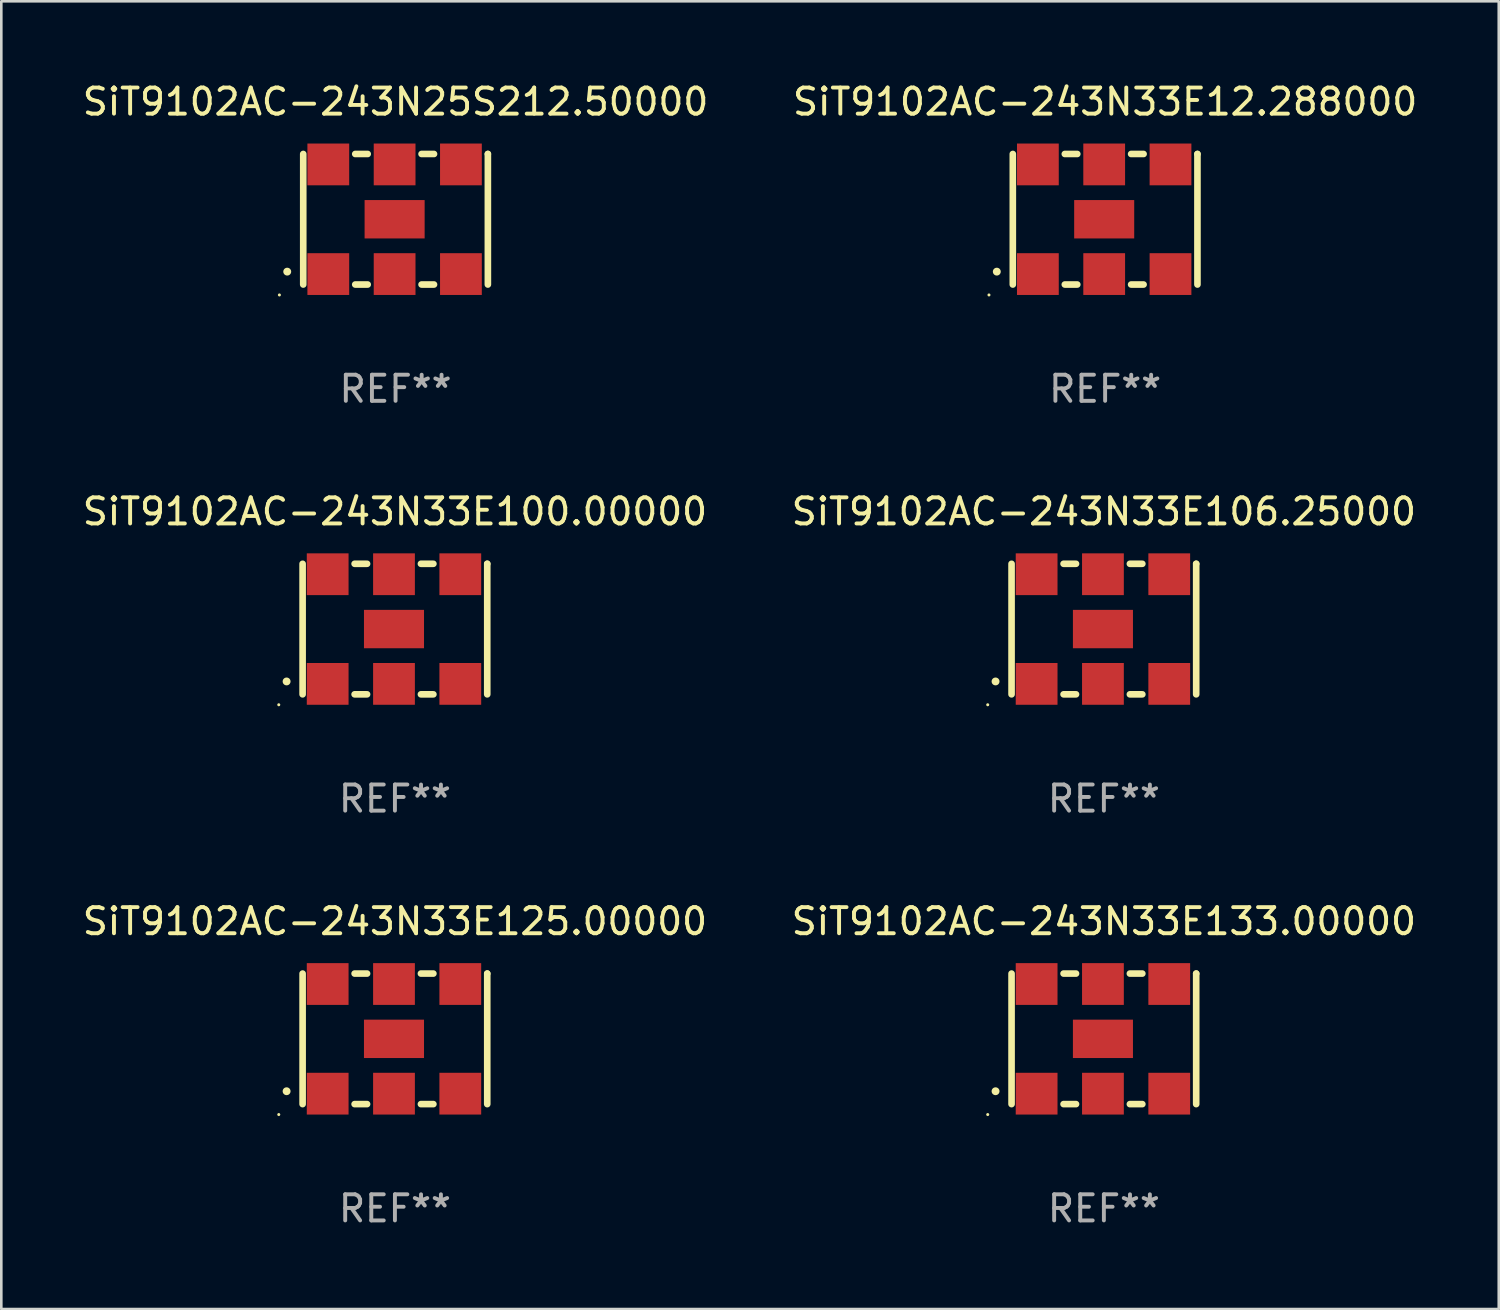
<source format=kicad_pcb>
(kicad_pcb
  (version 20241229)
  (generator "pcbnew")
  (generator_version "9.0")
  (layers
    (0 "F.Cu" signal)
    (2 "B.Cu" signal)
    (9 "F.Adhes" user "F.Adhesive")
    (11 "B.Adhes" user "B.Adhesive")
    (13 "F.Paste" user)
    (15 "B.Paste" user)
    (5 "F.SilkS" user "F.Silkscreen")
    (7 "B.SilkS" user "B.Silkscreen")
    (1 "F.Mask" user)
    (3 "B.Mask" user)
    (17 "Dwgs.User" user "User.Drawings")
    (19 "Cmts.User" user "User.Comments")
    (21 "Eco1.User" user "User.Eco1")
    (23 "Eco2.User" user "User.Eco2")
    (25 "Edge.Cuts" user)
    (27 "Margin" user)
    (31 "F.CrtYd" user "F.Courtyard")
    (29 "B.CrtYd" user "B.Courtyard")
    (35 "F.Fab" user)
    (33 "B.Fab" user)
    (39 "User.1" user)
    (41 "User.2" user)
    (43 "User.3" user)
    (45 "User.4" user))
  (footprint "SiT9102AC-243N33E133.00000"
    (layer "F.Cu")
    (at 39.232 36.741)
    (property "Reference" "SiT9102AC-243N33E133.00000" (at 0 -4.5 0) (layer "F.SilkS") (effects (font (size 1 1) (thickness 0.15))))
    (attr through_hole)
    (fp_line (start -3.536 -2.5) (end -3.536 2.5) (stroke (width 0.254) (type solid)) (layer "F.SilkS"))
    (fp_line (start -1.544 2.5) (end -1.067 2.5) (stroke (width 0.254) (type solid)) (layer "F.SilkS"))
    (fp_line (start -1.067 -2.5) (end -1.544 -2.5) (stroke (width 0.254) (type solid)) (layer "F.SilkS"))
    (fp_line (start 0.996 2.5) (end 1.473 2.5) (stroke (width 0.254) (type solid)) (layer "F.SilkS"))
    (fp_line (start 1.473 -2.5) (end 0.996 -2.5) (stroke (width 0.254) (type solid)) (layer "F.SilkS"))
    (fp_line (start 3.536 -2.5) (end 3.536 -2.5) (stroke (width 0.254) (type solid)) (layer "F.SilkS"))
    (fp_line (start 3.536 2.5) (end 3.536 -2.5) (stroke (width 0.254) (type solid)) (layer "F.SilkS"))
    (fp_arc (start -4.150432 2.006604) (mid -4.149162 2.006599) (end -4.147892 2.006604) (stroke (width 0.3) (type solid)) (layer "F.SilkS"))
    (fp_circle (center -4.449 2.9) (end -4.419 2.9) (stroke (width 0.06) (type solid)) (fill no) (layer "F.SilkS"))
    (fp_text user "REF**" (at 0 6.5 0) (layer "F.Fab") (effects (font (size 1 1) (thickness 0.15))))
    (pad "1" smd rect (at -2.576 2.1) (size 1.6 1.6) (layers "F.Cu" "F.Mask" "F.Paste"))
    (pad "2" smd rect (at -0.036 2.1) (size 1.6 1.6) (layers "F.Cu" "F.Mask" "F.Paste"))
    (pad "3" smd rect (at 2.504 2.1) (size 1.6 1.6) (layers "F.Cu" "F.Mask" "F.Paste"))
    (pad "4" smd rect (at 2.504 -2.1) (size 1.6 1.6) (layers "F.Cu" "F.Mask" "F.Paste"))
    (pad "5" smd rect (at -0.036 -2.1) (size 1.6 1.6) (layers "F.Cu" "F.Mask" "F.Paste"))
    (pad "6" smd rect (at -2.576 -2.1) (size 1.6 1.6) (layers "F.Cu" "F.Mask" "F.Paste"))
    (pad "7" smd rect (at -0.036 0) (size 2.3 1.47) (layers "F.Cu" "F.Mask" "F.Paste")))
  (footprint "SiT9102AC-243N33E106.25000"
    (layer "F.Cu")
    (at 39.232 21.045)
    (property "Reference" "SiT9102AC-243N33E106.25000" (at 0 -4.5 0) (layer "F.SilkS") (effects (font (size 1 1) (thickness 0.15))))
    (attr through_hole)
    (fp_line (start -3.536 -2.5) (end -3.536 2.5) (stroke (width 0.254) (type solid)) (layer "F.SilkS"))
    (fp_line (start -1.544 2.5) (end -1.067 2.5) (stroke (width 0.254) (type solid)) (layer "F.SilkS"))
    (fp_line (start -1.067 -2.5) (end -1.544 -2.5) (stroke (width 0.254) (type solid)) (layer "F.SilkS"))
    (fp_line (start 0.996 2.5) (end 1.473 2.5) (stroke (width 0.254) (type solid)) (layer "F.SilkS"))
    (fp_line (start 1.473 -2.5) (end 0.996 -2.5) (stroke (width 0.254) (type solid)) (layer "F.SilkS"))
    (fp_line (start 3.536 -2.5) (end 3.536 -2.5) (stroke (width 0.254) (type solid)) (layer "F.SilkS"))
    (fp_line (start 3.536 2.5) (end 3.536 -2.5) (stroke (width 0.254) (type solid)) (layer "F.SilkS"))
    (fp_arc (start -4.150432 2.006604) (mid -4.149162 2.006599) (end -4.147892 2.006604) (stroke (width 0.3) (type solid)) (layer "F.SilkS"))
    (fp_circle (center -4.449 2.9) (end -4.419 2.9) (stroke (width 0.06) (type solid)) (fill no) (layer "F.SilkS"))
    (fp_text user "REF**" (at 0 6.5 0) (layer "F.Fab") (effects (font (size 1 1) (thickness 0.15))))
    (pad "1" smd rect (at -2.576 2.1) (size 1.6 1.6) (layers "F.Cu" "F.Mask" "F.Paste"))
    (pad "2" smd rect (at -0.036 2.1) (size 1.6 1.6) (layers "F.Cu" "F.Mask" "F.Paste"))
    (pad "3" smd rect (at 2.504 2.1) (size 1.6 1.6) (layers "F.Cu" "F.Mask" "F.Paste"))
    (pad "4" smd rect (at 2.504 -2.1) (size 1.6 1.6) (layers "F.Cu" "F.Mask" "F.Paste"))
    (pad "5" smd rect (at -0.036 -2.1) (size 1.6 1.6) (layers "F.Cu" "F.Mask" "F.Paste"))
    (pad "6" smd rect (at -2.576 -2.1) (size 1.6 1.6) (layers "F.Cu" "F.Mask" "F.Paste"))
    (pad "7" smd rect (at -0.036 0) (size 2.3 1.47) (layers "F.Cu" "F.Mask" "F.Paste")))
  (footprint "SiT9102AC-243N33E125.00000"
    (layer "F.Cu")
    (at 12.077 36.741)
    (property "Reference" "SiT9102AC-243N33E125.00000" (at 0 -4.5 0) (layer "F.SilkS") (effects (font (size 1 1) (thickness 0.15))))
    (attr through_hole)
    (fp_line (start -3.536 -2.5) (end -3.536 2.5) (stroke (width 0.254) (type solid)) (layer "F.SilkS"))
    (fp_line (start -1.544 2.5) (end -1.067 2.5) (stroke (width 0.254) (type solid)) (layer "F.SilkS"))
    (fp_line (start -1.067 -2.5) (end -1.544 -2.5) (stroke (width 0.254) (type solid)) (layer "F.SilkS"))
    (fp_line (start 0.996 2.5) (end 1.473 2.5) (stroke (width 0.254) (type solid)) (layer "F.SilkS"))
    (fp_line (start 1.473 -2.5) (end 0.996 -2.5) (stroke (width 0.254) (type solid)) (layer "F.SilkS"))
    (fp_line (start 3.536 -2.5) (end 3.536 -2.5) (stroke (width 0.254) (type solid)) (layer "F.SilkS"))
    (fp_line (start 3.536 2.5) (end 3.536 -2.5) (stroke (width 0.254) (type solid)) (layer "F.SilkS"))
    (fp_arc (start -4.150432 2.006604) (mid -4.149162 2.006599) (end -4.147892 2.006604) (stroke (width 0.3) (type solid)) (layer "F.SilkS"))
    (fp_circle (center -4.449 2.9) (end -4.419 2.9) (stroke (width 0.06) (type solid)) (fill no) (layer "F.SilkS"))
    (fp_text user "REF**" (at 0 6.5 0) (layer "F.Fab") (effects (font (size 1 1) (thickness 0.15))))
    (pad "1" smd rect (at -2.576 2.1) (size 1.6 1.6) (layers "F.Cu" "F.Mask" "F.Paste"))
    (pad "2" smd rect (at -0.036 2.1) (size 1.6 1.6) (layers "F.Cu" "F.Mask" "F.Paste"))
    (pad "3" smd rect (at 2.504 2.1) (size 1.6 1.6) (layers "F.Cu" "F.Mask" "F.Paste"))
    (pad "4" smd rect (at 2.504 -2.1) (size 1.6 1.6) (layers "F.Cu" "F.Mask" "F.Paste"))
    (pad "5" smd rect (at -0.036 -2.1) (size 1.6 1.6) (layers "F.Cu" "F.Mask" "F.Paste"))
    (pad "6" smd rect (at -2.576 -2.1) (size 1.6 1.6) (layers "F.Cu" "F.Mask" "F.Paste"))
    (pad "7" smd rect (at -0.036 0) (size 2.3 1.47) (layers "F.Cu" "F.Mask" "F.Paste")))
  (footprint "SiT9102AC-243N33E100.00000"
    (layer "F.Cu")
    (at 12.077 21.045)
    (property "Reference" "SiT9102AC-243N33E100.00000" (at 0 -4.5 0) (layer "F.SilkS") (effects (font (size 1 1) (thickness 0.15))))
    (attr through_hole)
    (fp_line (start -3.536 -2.5) (end -3.536 2.5) (stroke (width 0.254) (type solid)) (layer "F.SilkS"))
    (fp_line (start -1.544 2.5) (end -1.067 2.5) (stroke (width 0.254) (type solid)) (layer "F.SilkS"))
    (fp_line (start -1.067 -2.5) (end -1.544 -2.5) (stroke (width 0.254) (type solid)) (layer "F.SilkS"))
    (fp_line (start 0.996 2.5) (end 1.473 2.5) (stroke (width 0.254) (type solid)) (layer "F.SilkS"))
    (fp_line (start 1.473 -2.5) (end 0.996 -2.5) (stroke (width 0.254) (type solid)) (layer "F.SilkS"))
    (fp_line (start 3.536 -2.5) (end 3.536 -2.5) (stroke (width 0.254) (type solid)) (layer "F.SilkS"))
    (fp_line (start 3.536 2.5) (end 3.536 -2.5) (stroke (width 0.254) (type solid)) (layer "F.SilkS"))
    (fp_arc (start -4.150432 2.006604) (mid -4.149162 2.006599) (end -4.147892 2.006604) (stroke (width 0.3) (type solid)) (layer "F.SilkS"))
    (fp_circle (center -4.449 2.9) (end -4.419 2.9) (stroke (width 0.06) (type solid)) (fill no) (layer "F.SilkS"))
    (fp_text user "REF**" (at 0 6.5 0) (layer "F.Fab") (effects (font (size 1 1) (thickness 0.15))))
    (pad "1" smd rect (at -2.576 2.1) (size 1.6 1.6) (layers "F.Cu" "F.Mask" "F.Paste"))
    (pad "2" smd rect (at -0.036 2.1) (size 1.6 1.6) (layers "F.Cu" "F.Mask" "F.Paste"))
    (pad "3" smd rect (at 2.504 2.1) (size 1.6 1.6) (layers "F.Cu" "F.Mask" "F.Paste"))
    (pad "4" smd rect (at 2.504 -2.1) (size 1.6 1.6) (layers "F.Cu" "F.Mask" "F.Paste"))
    (pad "5" smd rect (at -0.036 -2.1) (size 1.6 1.6) (layers "F.Cu" "F.Mask" "F.Paste"))
    (pad "6" smd rect (at -2.576 -2.1) (size 1.6 1.6) (layers "F.Cu" "F.Mask" "F.Paste"))
    (pad "7" smd rect (at -0.036 0) (size 2.3 1.47) (layers "F.Cu" "F.Mask" "F.Paste")))
  (footprint "SiT9102AC-243N25S212.50000"
    (layer "F.Cu")
    (at 12.101 5.348)
    (property "Reference" "SiT9102AC-243N25S212.50000" (at 0 -4.5 0) (layer "F.SilkS") (effects (font (size 1 1) (thickness 0.15))))
    (attr through_hole)
    (fp_line (start -3.536 -2.5) (end -3.536 2.5) (stroke (width 0.254) (type solid)) (layer "F.SilkS"))
    (fp_line (start -1.544 2.5) (end -1.067 2.5) (stroke (width 0.254) (type solid)) (layer "F.SilkS"))
    (fp_line (start -1.067 -2.5) (end -1.544 -2.5) (stroke (width 0.254) (type solid)) (layer "F.SilkS"))
    (fp_line (start 0.996 2.5) (end 1.473 2.5) (stroke (width 0.254) (type solid)) (layer "F.SilkS"))
    (fp_line (start 1.473 -2.5) (end 0.996 -2.5) (stroke (width 0.254) (type solid)) (layer "F.SilkS"))
    (fp_line (start 3.536 -2.5) (end 3.536 -2.5) (stroke (width 0.254) (type solid)) (layer "F.SilkS"))
    (fp_line (start 3.536 2.5) (end 3.536 -2.5) (stroke (width 0.254) (type solid)) (layer "F.SilkS"))
    (fp_arc (start -4.150432 2.006604) (mid -4.149162 2.006599) (end -4.147892 2.006604) (stroke (width 0.3) (type solid)) (layer "F.SilkS"))
    (fp_circle (center -4.449 2.9) (end -4.419 2.9) (stroke (width 0.06) (type solid)) (fill no) (layer "F.SilkS"))
    (fp_text user "REF**" (at 0 6.5 0) (layer "F.Fab") (effects (font (size 1 1) (thickness 0.15))))
    (pad "1" smd rect (at -2.576 2.1) (size 1.6 1.6) (layers "F.Cu" "F.Mask" "F.Paste"))
    (pad "2" smd rect (at -0.036 2.1) (size 1.6 1.6) (layers "F.Cu" "F.Mask" "F.Paste"))
    (pad "3" smd rect (at 2.504 2.1) (size 1.6 1.6) (layers "F.Cu" "F.Mask" "F.Paste"))
    (pad "4" smd rect (at 2.504 -2.1) (size 1.6 1.6) (layers "F.Cu" "F.Mask" "F.Paste"))
    (pad "5" smd rect (at -0.036 -2.1) (size 1.6 1.6) (layers "F.Cu" "F.Mask" "F.Paste"))
    (pad "6" smd rect (at -2.576 -2.1) (size 1.6 1.6) (layers "F.Cu" "F.Mask" "F.Paste"))
    (pad "7" smd rect (at -0.036 0) (size 2.3 1.47) (layers "F.Cu" "F.Mask" "F.Paste")))
  (footprint "SiT9102AC-243N33E12.288000"
    (layer "F.Cu")
    (at 39.28 5.348)
    (property "Reference" "SiT9102AC-243N33E12.288000" (at 0 -4.5 0) (layer "F.SilkS") (effects (font (size 1 1) (thickness 0.15))))
    (attr through_hole)
    (fp_line (start -3.536 -2.5) (end -3.536 2.5) (stroke (width 0.254) (type solid)) (layer "F.SilkS"))
    (fp_line (start -1.544 2.5) (end -1.067 2.5) (stroke (width 0.254) (type solid)) (layer "F.SilkS"))
    (fp_line (start -1.067 -2.5) (end -1.544 -2.5) (stroke (width 0.254) (type solid)) (layer "F.SilkS"))
    (fp_line (start 0.996 2.5) (end 1.473 2.5) (stroke (width 0.254) (type solid)) (layer "F.SilkS"))
    (fp_line (start 1.473 -2.5) (end 0.996 -2.5) (stroke (width 0.254) (type solid)) (layer "F.SilkS"))
    (fp_line (start 3.536 -2.5) (end 3.536 -2.5) (stroke (width 0.254) (type solid)) (layer "F.SilkS"))
    (fp_line (start 3.536 2.5) (end 3.536 -2.5) (stroke (width 0.254) (type solid)) (layer "F.SilkS"))
    (fp_arc (start -4.150432 2.006604) (mid -4.149162 2.006599) (end -4.147892 2.006604) (stroke (width 0.3) (type solid)) (layer "F.SilkS"))
    (fp_circle (center -4.449 2.9) (end -4.419 2.9) (stroke (width 0.06) (type solid)) (fill no) (layer "F.SilkS"))
    (fp_text user "REF**" (at 0 6.5 0) (layer "F.Fab") (effects (font (size 1 1) (thickness 0.15))))
    (pad "1" smd rect (at -2.576 2.1) (size 1.6 1.6) (layers "F.Cu" "F.Mask" "F.Paste"))
    (pad "2" smd rect (at -0.036 2.1) (size 1.6 1.6) (layers "F.Cu" "F.Mask" "F.Paste"))
    (pad "3" smd rect (at 2.504 2.1) (size 1.6 1.6) (layers "F.Cu" "F.Mask" "F.Paste"))
    (pad "4" smd rect (at 2.504 -2.1) (size 1.6 1.6) (layers "F.Cu" "F.Mask" "F.Paste"))
    (pad "5" smd rect (at -0.036 -2.1) (size 1.6 1.6) (layers "F.Cu" "F.Mask" "F.Paste"))
    (pad "6" smd rect (at -2.576 -2.1) (size 1.6 1.6) (layers "F.Cu" "F.Mask" "F.Paste"))
    (pad "7" smd rect (at -0.036 0) (size 2.3 1.47) (layers "F.Cu" "F.Mask" "F.Paste")))
  (gr_rect
    (start -3 -3)
    (end 54.357 47.09)
    (stroke (width 0.1) (type default))
    (fill no)
    (layer "Edge.Cuts")))
</source>
